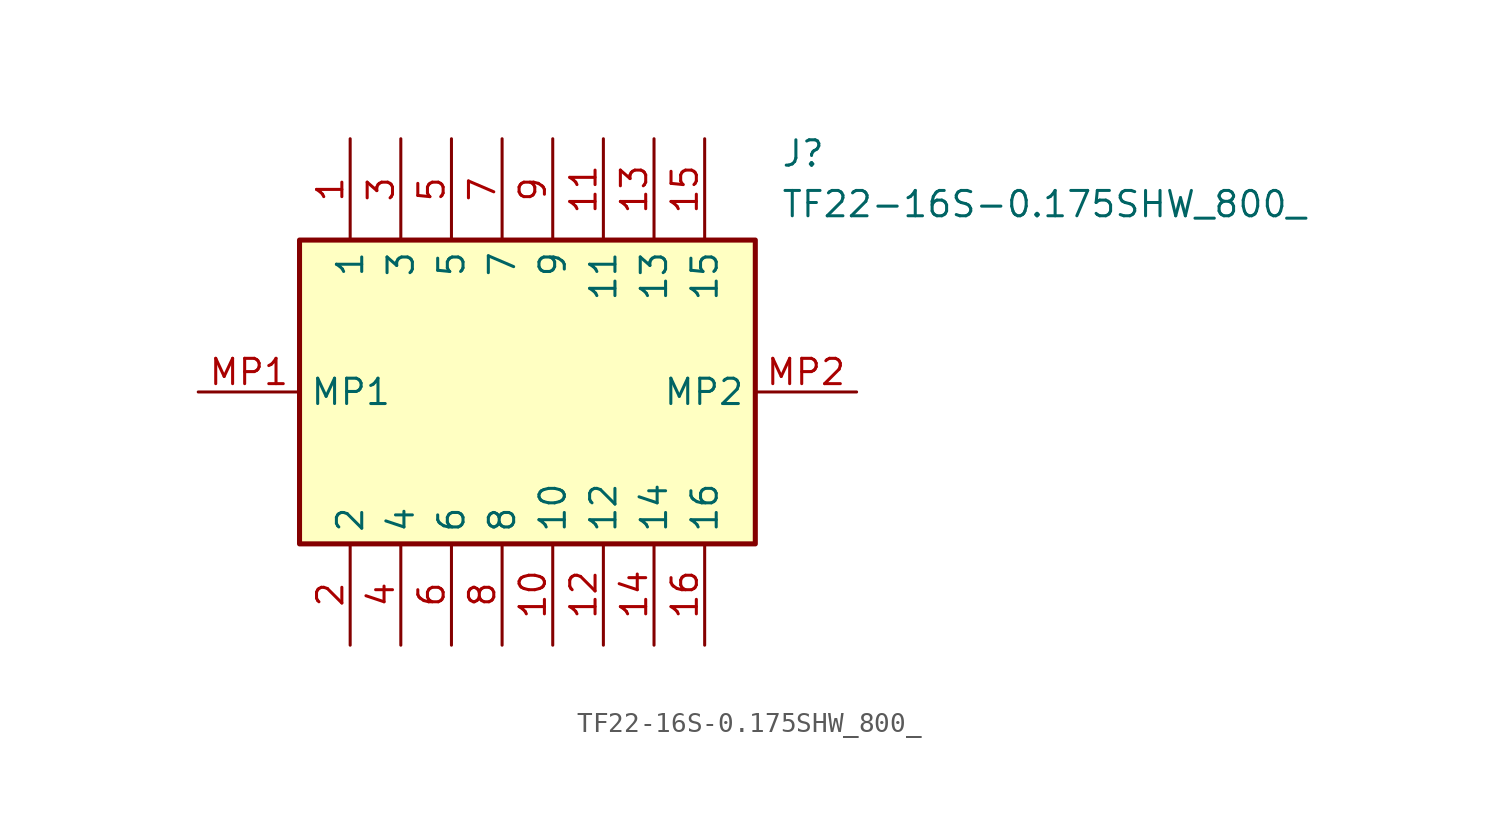
<source format=kicad_sym>
(kicad_symbol_lib
  (version 20211014)
  (generator SamacSys_ECAD_Model)
  (symbol "TF22-16S-0.175SHW_800_"
    (property "Reference" "J"
      (at 29.21 12.7 0)
      (effects (font (size 1.27 1.27)) (justify left top)))
    (property "Value" "TF22-16S-0.175SHW_800_"
      (at 29.21 10.16 0)
      (effects (font (size 1.27 1.27)) (justify left top)))
    (rectangle
      (start 5.08 7.62)
      (end 27.94 -7.62)
      (stroke (width 0.254) (type default))
      (fill (type background)))
    (pin passive line
      (at 7.62 12.7 270)
      (length 5.08)
      (name "1" (effects (font (size 1.27 1.27))))
      (number "1" (effects (font (size 1.27 1.27)))))
    (pin passive line
      (at 7.62 -12.7 90)
      (length 5.08)
      (name "2" (effects (font (size 1.27 1.27))))
      (number "2" (effects (font (size 1.27 1.27)))))
    (pin passive line
      (at 10.16 12.7 270)
      (length 5.08)
      (name "3" (effects (font (size 1.27 1.27))))
      (number "3" (effects (font (size 1.27 1.27)))))
    (pin passive line
      (at 10.16 -12.7 90)
      (length 5.08)
      (name "4" (effects (font (size 1.27 1.27))))
      (number "4" (effects (font (size 1.27 1.27)))))
    (pin passive line
      (at 12.7 12.7 270)
      (length 5.08)
      (name "5" (effects (font (size 1.27 1.27))))
      (number "5" (effects (font (size 1.27 1.27)))))
    (pin passive line
      (at 12.7 -12.7 90)
      (length 5.08)
      (name "6" (effects (font (size 1.27 1.27))))
      (number "6" (effects (font (size 1.27 1.27)))))
    (pin passive line
      (at 15.24 12.7 270)
      (length 5.08)
      (name "7" (effects (font (size 1.27 1.27))))
      (number "7" (effects (font (size 1.27 1.27)))))
    (pin passive line
      (at 15.24 -12.7 90)
      (length 5.08)
      (name "8" (effects (font (size 1.27 1.27))))
      (number "8" (effects (font (size 1.27 1.27)))))
    (pin passive line
      (at 17.78 12.7 270)
      (length 5.08)
      (name "9" (effects (font (size 1.27 1.27))))
      (number "9" (effects (font (size 1.27 1.27)))))
    (pin passive line
      (at 17.78 -12.7 90)
      (length 5.08)
      (name "10" (effects (font (size 1.27 1.27))))
      (number "10" (effects (font (size 1.27 1.27)))))
    (pin passive line
      (at 20.32 12.7 270)
      (length 5.08)
      (name "11" (effects (font (size 1.27 1.27))))
      (number "11" (effects (font (size 1.27 1.27)))))
    (pin passive line
      (at 20.32 -12.7 90)
      (length 5.08)
      (name "12" (effects (font (size 1.27 1.27))))
      (number "12" (effects (font (size 1.27 1.27)))))
    (pin passive line
      (at 22.86 12.7 270)
      (length 5.08)
      (name "13" (effects (font (size 1.27 1.27))))
      (number "13" (effects (font (size 1.27 1.27)))))
    (pin passive line
      (at 22.86 -12.7 90)
      (length 5.08)
      (name "14" (effects (font (size 1.27 1.27))))
      (number "14" (effects (font (size 1.27 1.27)))))
    (pin passive line
      (at 25.4 12.7 270)
      (length 5.08)
      (name "15" (effects (font (size 1.27 1.27))))
      (number "15" (effects (font (size 1.27 1.27)))))
    (pin passive line
      (at 25.4 -12.7 90)
      (length 5.08)
      (name "16" (effects (font (size 1.27 1.27))))
      (number "16" (effects (font (size 1.27 1.27)))))
    (pin passive line
      (at 0 0 0)
      (length 5.08)
      (name "MP1" (effects (font (size 1.27 1.27))))
      (number "MP1" (effects (font (size 1.27 1.27)))))
    (pin passive line
      (at 33.02 0 180)
      (length 5.08)
      (name "MP2" (effects (font (size 1.27 1.27))))
      (number "MP2" (effects (font (size 1.27 1.27)))))))
</source>
